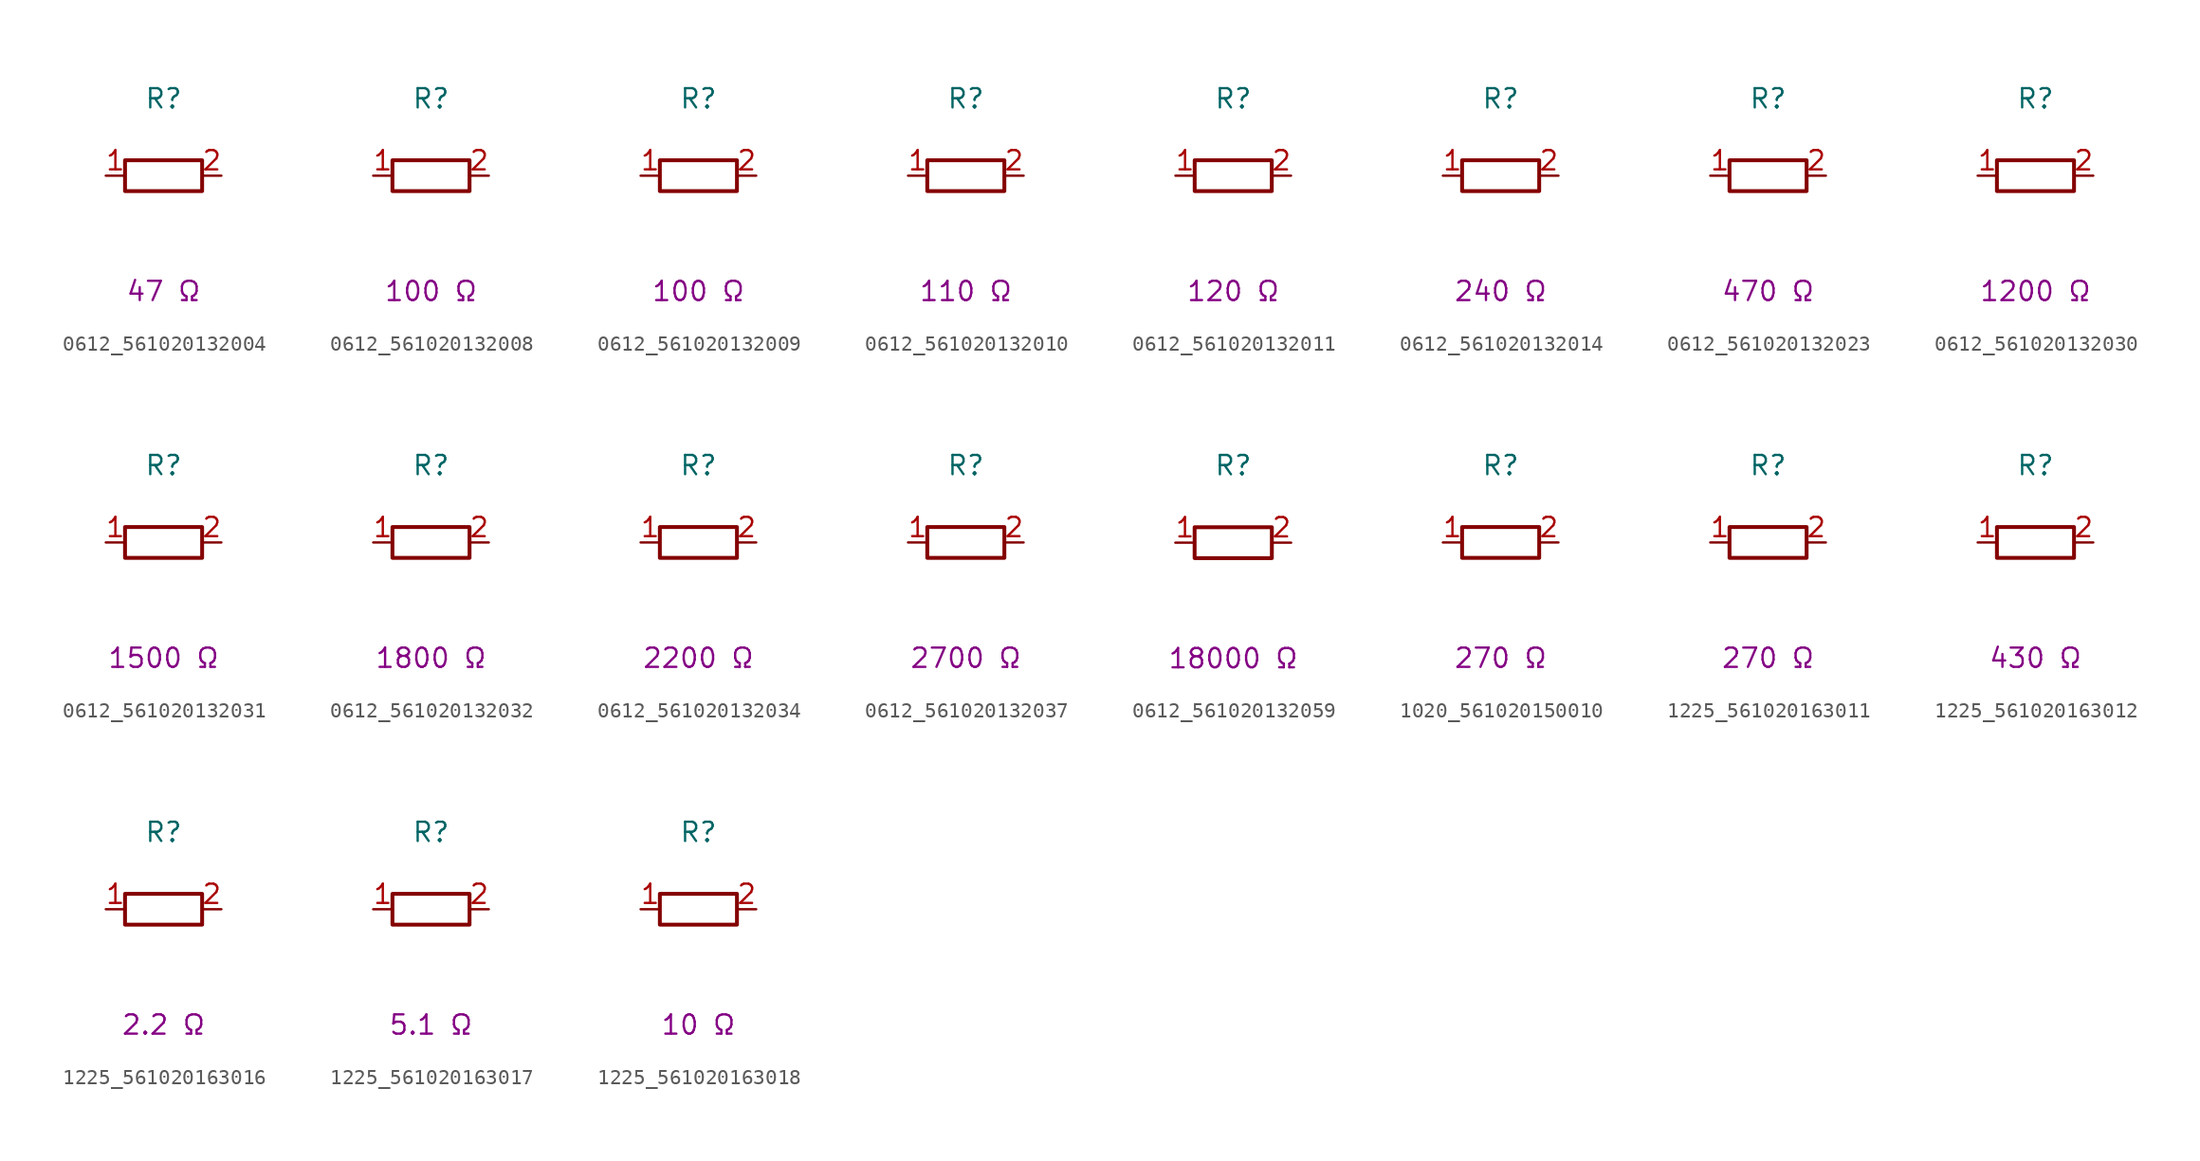
<source format=kicad_sym>
(kicad_symbol_lib
  (version 20220914)
  (generator kicad_symbol_editor)
  (symbol "0612_561020132004"
    (pin_names hide)
    (property "Reference" "R"
      (at 0 5.08 0)
      (effects (font (size 1.27 1.27))))
    (property "Critical Parameter" "47 Ω"
      (at 0 -7.62 0)
      (effects (font (size 1.27 1.27))))
    (symbol "0612_561020132004_0_1"
      (rectangle (start -2.54 -1.016) (end 2.54 1.016) (stroke (width 0.254) (type default)) (fill (type none))))
    (symbol "0612_561020132004_1_1"
      (pin passive line (at -3.81 0 0) (length 1.27) (name "~" (effects (font (size 1.27 1.27)))) (number "1" (effects (font (size 1.27 1.27)))))
      (pin passive line (at 3.81 0 180) (length 1.27) (name "~" (effects (font (size 1.27 1.27)))) (number "2" (effects (font (size 1.27 1.27)))))))
  (symbol "0612_561020132008"
    (pin_names hide)
    (property "Reference" "R"
      (at 0 5.08 0)
      (effects (font (size 1.27 1.27))))
    (property "Critical Parameter" "100 Ω"
      (at 0 -7.62 0)
      (effects (font (size 1.27 1.27))))
    (symbol "0612_561020132008_0_1"
      (rectangle (start -2.54 -1.016) (end 2.54 1.016) (stroke (width 0.254) (type default)) (fill (type none))))
    (symbol "0612_561020132008_1_1"
      (pin passive line (at -3.81 0 0) (length 1.27) (name "~" (effects (font (size 1.27 1.27)))) (number "1" (effects (font (size 1.27 1.27)))))
      (pin passive line (at 3.81 0 180) (length 1.27) (name "~" (effects (font (size 1.27 1.27)))) (number "2" (effects (font (size 1.27 1.27)))))))
  (symbol "0612_561020132009"
    (pin_names hide)
    (property "Reference" "R"
      (at 0 5.08 0)
      (effects (font (size 1.27 1.27))))
    (property "Critical Parameter" "100 Ω"
      (at 0 -7.62 0)
      (effects (font (size 1.27 1.27))))
    (symbol "0612_561020132009_0_1"
      (rectangle (start -2.54 -1.016) (end 2.54 1.016) (stroke (width 0.254) (type default)) (fill (type none))))
    (symbol "0612_561020132009_1_1"
      (pin passive line (at -3.81 0 0) (length 1.27) (name "~" (effects (font (size 1.27 1.27)))) (number "1" (effects (font (size 1.27 1.27)))))
      (pin passive line (at 3.81 0 180) (length 1.27) (name "~" (effects (font (size 1.27 1.27)))) (number "2" (effects (font (size 1.27 1.27)))))))
  (symbol "0612_561020132010"
    (pin_names hide)
    (property "Reference" "R"
      (at 0 5.08 0)
      (effects (font (size 1.27 1.27))))
    (property "Critical Parameter" "110 Ω"
      (at 0 -7.62 0)
      (effects (font (size 1.27 1.27))))
    (symbol "0612_561020132010_0_1"
      (rectangle (start -2.54 -1.016) (end 2.54 1.016) (stroke (width 0.254) (type default)) (fill (type none))))
    (symbol "0612_561020132010_1_1"
      (pin passive line (at -3.81 0 0) (length 1.27) (name "~" (effects (font (size 1.27 1.27)))) (number "1" (effects (font (size 1.27 1.27)))))
      (pin passive line (at 3.81 0 180) (length 1.27) (name "~" (effects (font (size 1.27 1.27)))) (number "2" (effects (font (size 1.27 1.27)))))))
  (symbol "0612_561020132011"
    (pin_names hide)
    (property "Reference" "R"
      (at 0 5.08 0)
      (effects (font (size 1.27 1.27))))
    (property "Critical Parameter" "120 Ω"
      (at 0 -7.62 0)
      (effects (font (size 1.27 1.27))))
    (symbol "0612_561020132011_0_1"
      (rectangle (start -2.54 -1.016) (end 2.54 1.016) (stroke (width 0.254) (type default)) (fill (type none))))
    (symbol "0612_561020132011_1_1"
      (pin passive line (at -3.81 0 0) (length 1.27) (name "~" (effects (font (size 1.27 1.27)))) (number "1" (effects (font (size 1.27 1.27)))))
      (pin passive line (at 3.81 0 180) (length 1.27) (name "~" (effects (font (size 1.27 1.27)))) (number "2" (effects (font (size 1.27 1.27)))))))
  (symbol "0612_561020132014"
    (pin_names hide)
    (property "Reference" "R"
      (at 0 5.08 0)
      (effects (font (size 1.27 1.27))))
    (property "Critical Parameter" "240 Ω"
      (at 0 -7.62 0)
      (effects (font (size 1.27 1.27))))
    (symbol "0612_561020132014_0_1"
      (rectangle (start -2.54 -1.016) (end 2.54 1.016) (stroke (width 0.254) (type default)) (fill (type none))))
    (symbol "0612_561020132014_1_1"
      (pin passive line (at -3.81 0 0) (length 1.27) (name "~" (effects (font (size 1.27 1.27)))) (number "1" (effects (font (size 1.27 1.27)))))
      (pin passive line (at 3.81 0 180) (length 1.27) (name "~" (effects (font (size 1.27 1.27)))) (number "2" (effects (font (size 1.27 1.27)))))))
  (symbol "0612_561020132023"
    (pin_names hide)
    (property "Reference" "R"
      (at 0 5.08 0)
      (effects (font (size 1.27 1.27))))
    (property "Critical Parameter" "470 Ω"
      (at 0 -7.62 0)
      (effects (font (size 1.27 1.27))))
    (symbol "0612_561020132023_0_1"
      (rectangle (start -2.54 -1.016) (end 2.54 1.016) (stroke (width 0.254) (type default)) (fill (type none))))
    (symbol "0612_561020132023_1_1"
      (pin passive line (at -3.81 0 0) (length 1.27) (name "~" (effects (font (size 1.27 1.27)))) (number "1" (effects (font (size 1.27 1.27)))))
      (pin passive line (at 3.81 0 180) (length 1.27) (name "~" (effects (font (size 1.27 1.27)))) (number "2" (effects (font (size 1.27 1.27)))))))
  (symbol "0612_561020132030"
    (pin_names hide)
    (property "Reference" "R"
      (at 0 5.08 0)
      (effects (font (size 1.27 1.27))))
    (property "Critical Parameter" "1200 Ω"
      (at 0 -7.62 0)
      (effects (font (size 1.27 1.27))))
    (symbol "0612_561020132030_0_1"
      (rectangle (start -2.54 -1.016) (end 2.54 1.016) (stroke (width 0.254) (type default)) (fill (type none))))
    (symbol "0612_561020132030_1_1"
      (pin passive line (at -3.81 0 0) (length 1.27) (name "~" (effects (font (size 1.27 1.27)))) (number "1" (effects (font (size 1.27 1.27)))))
      (pin passive line (at 3.81 0 180) (length 1.27) (name "~" (effects (font (size 1.27 1.27)))) (number "2" (effects (font (size 1.27 1.27)))))))
  (symbol "0612_561020132031"
    (pin_names hide)
    (property "Reference" "R"
      (at 0 5.08 0)
      (effects (font (size 1.27 1.27))))
    (property "Critical Parameter" "1500 Ω"
      (at 0 -7.62 0)
      (effects (font (size 1.27 1.27))))
    (symbol "0612_561020132031_0_1"
      (rectangle (start -2.54 -1.016) (end 2.54 1.016) (stroke (width 0.254) (type default)) (fill (type none))))
    (symbol "0612_561020132031_1_1"
      (pin passive line (at -3.81 0 0) (length 1.27) (name "~" (effects (font (size 1.27 1.27)))) (number "1" (effects (font (size 1.27 1.27)))))
      (pin passive line (at 3.81 0 180) (length 1.27) (name "~" (effects (font (size 1.27 1.27)))) (number "2" (effects (font (size 1.27 1.27)))))))
  (symbol "0612_561020132032"
    (pin_names hide)
    (property "Reference" "R"
      (at 0 5.08 0)
      (effects (font (size 1.27 1.27))))
    (property "Critical Parameter" "1800 Ω"
      (at 0 -7.62 0)
      (effects (font (size 1.27 1.27))))
    (symbol "0612_561020132032_0_1"
      (rectangle (start -2.54 -1.016) (end 2.54 1.016) (stroke (width 0.254) (type default)) (fill (type none))))
    (symbol "0612_561020132032_1_1"
      (pin passive line (at -3.81 0 0) (length 1.27) (name "~" (effects (font (size 1.27 1.27)))) (number "1" (effects (font (size 1.27 1.27)))))
      (pin passive line (at 3.81 0 180) (length 1.27) (name "~" (effects (font (size 1.27 1.27)))) (number "2" (effects (font (size 1.27 1.27)))))))
  (symbol "0612_561020132034"
    (pin_names hide)
    (property "Reference" "R"
      (at 0 5.08 0)
      (effects (font (size 1.27 1.27))))
    (property "Critical Parameter" "2200 Ω"
      (at 0 -7.62 0)
      (effects (font (size 1.27 1.27))))
    (symbol "0612_561020132034_0_1"
      (rectangle (start -2.54 -1.016) (end 2.54 1.016) (stroke (width 0.254) (type default)) (fill (type none))))
    (symbol "0612_561020132034_1_1"
      (pin passive line (at -3.81 0 0) (length 1.27) (name "~" (effects (font (size 1.27 1.27)))) (number "1" (effects (font (size 1.27 1.27)))))
      (pin passive line (at 3.81 0 180) (length 1.27) (name "~" (effects (font (size 1.27 1.27)))) (number "2" (effects (font (size 1.27 1.27)))))))
  (symbol "0612_561020132037"
    (pin_names hide)
    (property "Reference" "R"
      (at 0 5.08 0)
      (effects (font (size 1.27 1.27))))
    (property "Critical Parameter" "2700 Ω"
      (at 0 -7.62 0)
      (effects (font (size 1.27 1.27))))
    (symbol "0612_561020132037_0_1"
      (rectangle (start -2.54 -1.016) (end 2.54 1.016) (stroke (width 0.254) (type default)) (fill (type none))))
    (symbol "0612_561020132037_1_1"
      (pin passive line (at -3.81 0 0) (length 1.27) (name "~" (effects (font (size 1.27 1.27)))) (number "1" (effects (font (size 1.27 1.27)))))
      (pin passive line (at 3.81 0 180) (length 1.27) (name "~" (effects (font (size 1.27 1.27)))) (number "2" (effects (font (size 1.27 1.27)))))))
  (symbol "0612_561020132059"
    (pin_names hide)
    (property "Reference" "R"
      (at 0 5.08 0)
      (effects (font (size 1.27 1.27))))
    (property "Critical Parameter" "18000 Ω"
      (at 0 -7.62 0)
      (effects (font (size 1.27 1.27))))
    (symbol "0612_561020132059_0_1"
      (rectangle (start -2.54 -1.016) (end 2.54 1.016) (stroke (width 0.254) (type default)) (fill (type none))))
    (symbol "0612_561020132059_1_1"
      (pin passive line (at -3.81 0 0) (length 1.27) (name "~" (effects (font (size 1.27 1.27)))) (number "1" (effects (font (size 1.27 1.27)))))
      (pin passive line (at 3.81 0 180) (length 1.27) (name "~" (effects (font (size 1.27 1.27)))) (number "2" (effects (font (size 1.27 1.27)))))))
  (symbol "1020_561020150010"
    (pin_names hide)
    (property "Reference" "R"
      (at 0 5.08 0)
      (effects (font (size 1.27 1.27))))
    (property "Critical Parameter" "270 Ω"
      (at 0 -7.62 0)
      (effects (font (size 1.27 1.27))))
    (symbol "1020_561020150010_0_1"
      (rectangle (start -2.54 -1.016) (end 2.54 1.016) (stroke (width 0.254) (type default)) (fill (type none))))
    (symbol "1020_561020150010_1_1"
      (pin passive line (at -3.81 0 0) (length 1.27) (name "~" (effects (font (size 1.27 1.27)))) (number "1" (effects (font (size 1.27 1.27)))))
      (pin passive line (at 3.81 0 180) (length 1.27) (name "~" (effects (font (size 1.27 1.27)))) (number "2" (effects (font (size 1.27 1.27)))))))
  (symbol "1225_561020163011"
    (pin_names hide)
    (property "Reference" "R"
      (at 0 5.08 0)
      (effects (font (size 1.27 1.27))))
    (property "Critical Parameter" "270 Ω"
      (at 0 -7.62 0)
      (effects (font (size 1.27 1.27))))
    (symbol "1225_561020163011_0_1"
      (rectangle (start -2.54 -1.016) (end 2.54 1.016) (stroke (width 0.254) (type default)) (fill (type none))))
    (symbol "1225_561020163011_1_1"
      (pin passive line (at -3.81 0 0) (length 1.27) (name "~" (effects (font (size 1.27 1.27)))) (number "1" (effects (font (size 1.27 1.27)))))
      (pin passive line (at 3.81 0 180) (length 1.27) (name "~" (effects (font (size 1.27 1.27)))) (number "2" (effects (font (size 1.27 1.27)))))))
  (symbol "1225_561020163012"
    (pin_names hide)
    (property "Reference" "R"
      (at 0 5.08 0)
      (effects (font (size 1.27 1.27))))
    (property "Critical Parameter" "430 Ω"
      (at 0 -7.62 0)
      (effects (font (size 1.27 1.27))))
    (symbol "1225_561020163012_0_1"
      (rectangle (start -2.54 -1.016) (end 2.54 1.016) (stroke (width 0.254) (type default)) (fill (type none))))
    (symbol "1225_561020163012_1_1"
      (pin passive line (at -3.81 0 0) (length 1.27) (name "~" (effects (font (size 1.27 1.27)))) (number "1" (effects (font (size 1.27 1.27)))))
      (pin passive line (at 3.81 0 180) (length 1.27) (name "~" (effects (font (size 1.27 1.27)))) (number "2" (effects (font (size 1.27 1.27)))))))
  (symbol "1225_561020163016"
    (pin_names hide)
    (property "Reference" "R"
      (at 0 5.08 0)
      (effects (font (size 1.27 1.27))))
    (property "Critical Parameter" "2.2 Ω"
      (at 0 -7.62 0)
      (effects (font (size 1.27 1.27))))
    (symbol "1225_561020163016_0_1"
      (rectangle (start -2.54 -1.016) (end 2.54 1.016) (stroke (width 0.254) (type default)) (fill (type none))))
    (symbol "1225_561020163016_1_1"
      (pin passive line (at -3.81 0 0) (length 1.27) (name "~" (effects (font (size 1.27 1.27)))) (number "1" (effects (font (size 1.27 1.27)))))
      (pin passive line (at 3.81 0 180) (length 1.27) (name "~" (effects (font (size 1.27 1.27)))) (number "2" (effects (font (size 1.27 1.27)))))))
  (symbol "1225_561020163017"
    (pin_names hide)
    (property "Reference" "R"
      (at 0 5.08 0)
      (effects (font (size 1.27 1.27))))
    (property "Critical Parameter" "5.1 Ω"
      (at 0 -7.62 0)
      (effects (font (size 1.27 1.27))))
    (symbol "1225_561020163017_0_1"
      (rectangle (start -2.54 -1.016) (end 2.54 1.016) (stroke (width 0.254) (type default)) (fill (type none))))
    (symbol "1225_561020163017_1_1"
      (pin passive line (at -3.81 0 0) (length 1.27) (name "~" (effects (font (size 1.27 1.27)))) (number "1" (effects (font (size 1.27 1.27)))))
      (pin passive line (at 3.81 0 180) (length 1.27) (name "~" (effects (font (size 1.27 1.27)))) (number "2" (effects (font (size 1.27 1.27)))))))
  (symbol "1225_561020163018"
    (pin_names hide)
    (property "Reference" "R"
      (at 0 5.08 0)
      (effects (font (size 1.27 1.27))))
    (property "Critical Parameter" "10 Ω"
      (at 0 -7.62 0)
      (effects (font (size 1.27 1.27))))
    (symbol "1225_561020163018_0_1"
      (rectangle (start -2.54 -1.016) (end 2.54 1.016) (stroke (width 0.254) (type default)) (fill (type none))))
    (symbol "1225_561020163018_1_1"
      (pin passive line (at -3.81 0 0) (length 1.27) (name "~" (effects (font (size 1.27 1.27)))) (number "1" (effects (font (size 1.27 1.27)))))
      (pin passive line (at 3.81 0 180) (length 1.27) (name "~" (effects (font (size 1.27 1.27)))) (number "2" (effects (font (size 1.27 1.27))))))))
</source>
